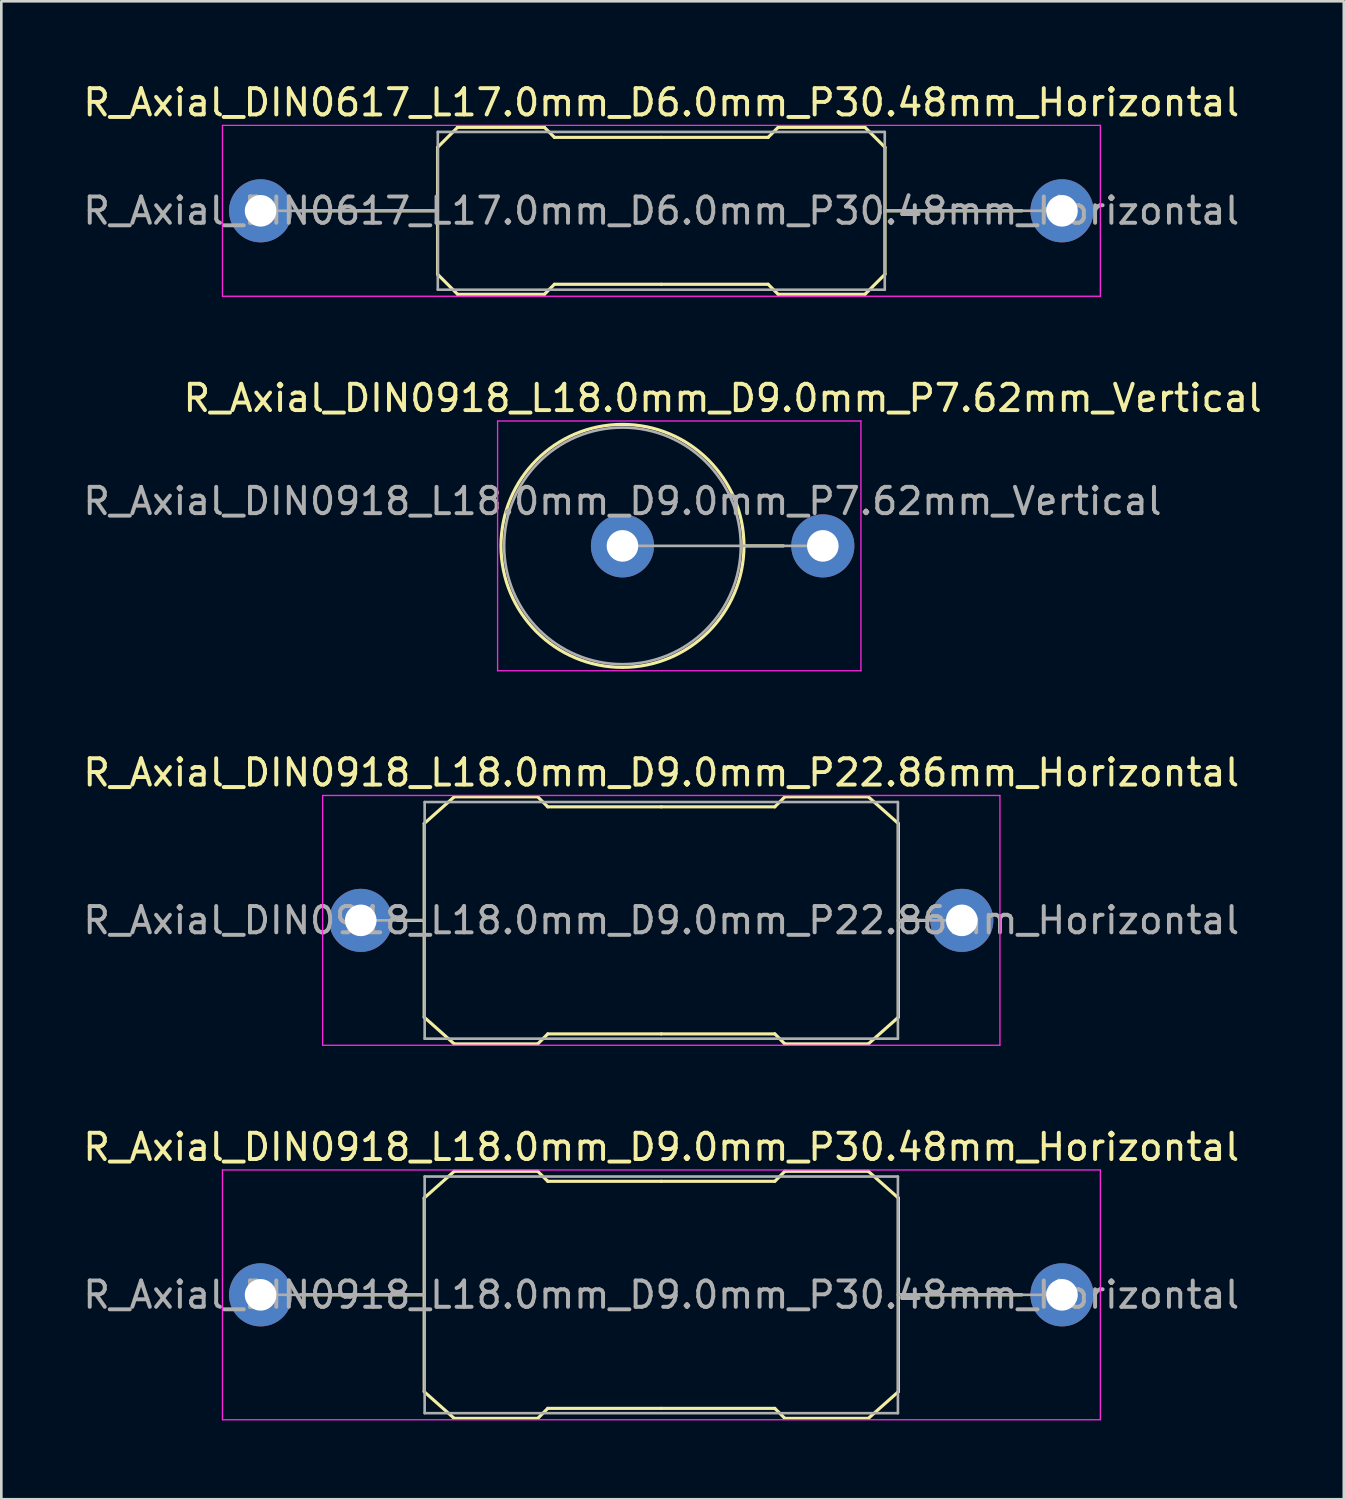
<source format=kicad_pcb>
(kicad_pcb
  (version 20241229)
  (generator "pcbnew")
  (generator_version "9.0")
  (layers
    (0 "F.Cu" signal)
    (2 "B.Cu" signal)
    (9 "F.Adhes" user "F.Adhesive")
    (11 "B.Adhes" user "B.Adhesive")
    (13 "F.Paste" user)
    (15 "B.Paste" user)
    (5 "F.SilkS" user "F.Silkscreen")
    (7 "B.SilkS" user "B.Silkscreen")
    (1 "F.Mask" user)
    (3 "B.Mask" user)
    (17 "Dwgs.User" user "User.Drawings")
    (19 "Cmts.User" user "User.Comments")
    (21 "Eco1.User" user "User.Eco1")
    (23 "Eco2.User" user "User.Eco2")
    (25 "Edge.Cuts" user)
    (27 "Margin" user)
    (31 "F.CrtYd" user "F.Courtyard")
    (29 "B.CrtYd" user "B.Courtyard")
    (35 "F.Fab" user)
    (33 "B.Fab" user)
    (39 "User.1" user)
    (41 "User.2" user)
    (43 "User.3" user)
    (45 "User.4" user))
  (footprint "R_Axial_DIN0918_L18.0mm_D9.0mm_P7.62mm_Vertical"
    (layer "F.Cu")
    (at 20.625 17.712)
    (property "Reference" "R_Axial_DIN0918_L18.0mm_D9.0mm_P7.62mm_Vertical" (at 3.81 -5.62 0) (layer "F.SilkS") (effects (font (size 1 1) (thickness 0.15))))
    (attr through_hole)
    (fp_line (start 4.62 0) (end 6.12 0) (stroke (width 0.12) (type solid)) (layer "F.SilkS"))
    (fp_circle (center 0 0) (end 4.62 0) (stroke (width 0.12) (type solid)) (fill no) (layer "F.SilkS"))
    (fp_line (start -4.75 -4.75) (end -4.75 4.75) (stroke (width 0.05) (type solid)) (layer "F.CrtYd"))
    (fp_line (start -4.75 4.75) (end 9.07 4.75) (stroke (width 0.05) (type solid)) (layer "F.CrtYd"))
    (fp_line (start 9.07 -4.75) (end -4.75 -4.75) (stroke (width 0.05) (type solid)) (layer "F.CrtYd"))
    (fp_line (start 9.07 4.75) (end 9.07 -4.75) (stroke (width 0.05) (type solid)) (layer "F.CrtYd"))
    (fp_line (start 0 0) (end 7.62 0) (stroke (width 0.1) (type solid)) (layer "F.Fab"))
    (fp_circle (center 0 0) (end 4.5 0) (stroke (width 0.1) (type solid)) (fill no) (layer "F.Fab"))
    (fp_text user "${REFERENCE}" (at 0 -1.7 0) (layer "F.Fab") (effects (font (size 1 1) (thickness 0.15))))
    (pad "1" thru_hole circle (at 0 0) (size 2.4 2.4) (drill 1.2) (layers "*.Cu" "*.Mask"))
    (pad "2" thru_hole oval (at 7.62 0) (size 2.4 2.4) (drill 1.2) (layers "*.Cu" "*.Mask")))
  (footprint "R_Axial_DIN0918_L18.0mm_D9.0mm_P22.86mm_Horizontal"
    (layer "F.Cu")
    (at 10.671 31.955)
    (property "Reference" "R_Axial_DIN0918_L18.0mm_D9.0mm_P22.86mm_Horizontal" (at 11.43 -5.62 0) (layer "F.SilkS") (effects (font (size 1 1) (thickness 0.15))))
    (attr through_hole)
    (fp_line (start 2.413 -3.683) (end 2.413 3.683) (stroke (width 0.12) (type solid)) (layer "F.SilkS"))
    (fp_line (start 2.413 -3.683) (end 3.556 -4.699) (stroke (width 0.12) (type solid)) (layer "F.SilkS"))
    (fp_line (start 2.413 0) (end 1.397 0) (stroke (width 0.12) (type solid)) (layer "F.SilkS"))
    (fp_line (start 2.413 3.683) (end 3.556 4.699) (stroke (width 0.12) (type solid)) (layer "F.SilkS"))
    (fp_line (start 3.556 -4.699) (end 6.731 -4.699) (stroke (width 0.12) (type solid)) (layer "F.SilkS"))
    (fp_line (start 3.556 4.699) (end 6.731 4.699) (stroke (width 0.12) (type solid)) (layer "F.SilkS"))
    (fp_line (start 6.731 -4.699) (end 7.112 -4.318) (stroke (width 0.12) (type solid)) (layer "F.SilkS"))
    (fp_line (start 6.731 4.699) (end 7.112 4.318) (stroke (width 0.12) (type solid)) (layer "F.SilkS"))
    (fp_line (start 7.112 -4.318) (end 11.43 -4.318) (stroke (width 0.12) (type solid)) (layer "F.SilkS"))
    (fp_line (start 7.112 4.318) (end 11.43 4.318) (stroke (width 0.12) (type solid)) (layer "F.SilkS"))
    (fp_line (start 15.748 -4.318) (end 11.43 -4.318) (stroke (width 0.12) (type solid)) (layer "F.SilkS"))
    (fp_line (start 15.748 4.318) (end 11.43 4.318) (stroke (width 0.12) (type solid)) (layer "F.SilkS"))
    (fp_line (start 16.129 -4.699) (end 15.748 -4.318) (stroke (width 0.12) (type solid)) (layer "F.SilkS"))
    (fp_line (start 16.129 4.699) (end 15.748 4.318) (stroke (width 0.12) (type solid)) (layer "F.SilkS"))
    (fp_line (start 19.304 -4.699) (end 16.129 -4.699) (stroke (width 0.12) (type solid)) (layer "F.SilkS"))
    (fp_line (start 19.304 4.699) (end 16.129 4.699) (stroke (width 0.12) (type solid)) (layer "F.SilkS"))
    (fp_line (start 20.447 -3.683) (end 19.304 -4.699) (stroke (width 0.12) (type solid)) (layer "F.SilkS"))
    (fp_line (start 20.447 -3.683) (end 20.447 3.683) (stroke (width 0.12) (type solid)) (layer "F.SilkS"))
    (fp_line (start 20.447 0) (end 21.463 0) (stroke (width 0.12) (type solid)) (layer "F.SilkS"))
    (fp_line (start 20.447 3.683) (end 19.304 4.699) (stroke (width 0.12) (type solid)) (layer "F.SilkS"))
    (fp_line (start -1.45 -4.75) (end -1.45 4.75) (stroke (width 0.05) (type solid)) (layer "F.CrtYd"))
    (fp_line (start -1.45 4.75) (end 24.31 4.75) (stroke (width 0.05) (type solid)) (layer "F.CrtYd"))
    (fp_line (start 24.31 -4.75) (end -1.45 -4.75) (stroke (width 0.05) (type solid)) (layer "F.CrtYd"))
    (fp_line (start 24.31 4.75) (end 24.31 -4.75) (stroke (width 0.05) (type solid)) (layer "F.CrtYd"))
    (fp_line (start 0 0) (end 2.43 0) (stroke (width 0.1) (type solid)) (layer "F.Fab"))
    (fp_line (start 2.43 -4.5) (end 2.43 4.5) (stroke (width 0.1) (type solid)) (layer "F.Fab"))
    (fp_line (start 2.43 4.5) (end 20.43 4.5) (stroke (width 0.1) (type solid)) (layer "F.Fab"))
    (fp_line (start 20.43 -4.5) (end 2.43 -4.5) (stroke (width 0.1) (type solid)) (layer "F.Fab"))
    (fp_line (start 20.43 4.5) (end 20.43 -4.5) (stroke (width 0.1) (type solid)) (layer "F.Fab"))
    (fp_line (start 22.86 0) (end 20.43 0) (stroke (width 0.1) (type solid)) (layer "F.Fab"))
    (fp_text user "${REFERENCE}" (at 11.43 0 0) (layer "F.Fab") (effects (font (size 1 1) (thickness 0.15))))
    (pad "1" thru_hole circle (at 0 0) (size 2.4 2.4) (drill 1.2) (layers "*.Cu" "*.Mask"))
    (pad "2" thru_hole oval (at 22.86 0) (size 2.4 2.4) (drill 1.2) (layers "*.Cu" "*.Mask")))
  (footprint "R_Axial_DIN0918_L18.0mm_D9.0mm_P30.48mm_Horizontal"
    (layer "F.Cu")
    (at 6.861 46.198)
    (property "Reference" "R_Axial_DIN0918_L18.0mm_D9.0mm_P30.48mm_Horizontal" (at 15.24 -5.62 0) (layer "F.SilkS") (effects (font (size 1 1) (thickness 0.15))))
    (attr through_hole)
    (fp_line (start 6.223 -3.683) (end 6.223 3.683) (stroke (width 0.12) (type solid)) (layer "F.SilkS"))
    (fp_line (start 6.223 -3.683) (end 7.366 -4.699) (stroke (width 0.12) (type solid)) (layer "F.SilkS"))
    (fp_line (start 6.223 0) (end 1.524 0) (stroke (width 0.12) (type solid)) (layer "F.SilkS"))
    (fp_line (start 6.223 3.683) (end 7.366 4.699) (stroke (width 0.12) (type solid)) (layer "F.SilkS"))
    (fp_line (start 7.366 -4.699) (end 10.541 -4.699) (stroke (width 0.12) (type solid)) (layer "F.SilkS"))
    (fp_line (start 7.366 4.699) (end 10.541 4.699) (stroke (width 0.12) (type solid)) (layer "F.SilkS"))
    (fp_line (start 10.541 -4.699) (end 10.922 -4.318) (stroke (width 0.12) (type solid)) (layer "F.SilkS"))
    (fp_line (start 10.541 4.699) (end 10.922 4.318) (stroke (width 0.12) (type solid)) (layer "F.SilkS"))
    (fp_line (start 10.922 -4.318) (end 15.24 -4.318) (stroke (width 0.12) (type solid)) (layer "F.SilkS"))
    (fp_line (start 10.922 4.318) (end 15.24 4.318) (stroke (width 0.12) (type solid)) (layer "F.SilkS"))
    (fp_line (start 19.558 -4.318) (end 15.24 -4.318) (stroke (width 0.12) (type solid)) (layer "F.SilkS"))
    (fp_line (start 19.558 4.318) (end 15.24 4.318) (stroke (width 0.12) (type solid)) (layer "F.SilkS"))
    (fp_line (start 19.939 -4.699) (end 19.558 -4.318) (stroke (width 0.12) (type solid)) (layer "F.SilkS"))
    (fp_line (start 19.939 4.699) (end 19.558 4.318) (stroke (width 0.12) (type solid)) (layer "F.SilkS"))
    (fp_line (start 23.114 -4.699) (end 19.939 -4.699) (stroke (width 0.12) (type solid)) (layer "F.SilkS"))
    (fp_line (start 23.114 4.699) (end 19.939 4.699) (stroke (width 0.12) (type solid)) (layer "F.SilkS"))
    (fp_line (start 24.257 -3.683) (end 23.114 -4.699) (stroke (width 0.12) (type solid)) (layer "F.SilkS"))
    (fp_line (start 24.257 -3.683) (end 24.257 3.683) (stroke (width 0.12) (type solid)) (layer "F.SilkS"))
    (fp_line (start 24.257 0) (end 28.956 0) (stroke (width 0.12) (type solid)) (layer "F.SilkS"))
    (fp_line (start 24.257 3.683) (end 23.114 4.699) (stroke (width 0.12) (type solid)) (layer "F.SilkS"))
    (fp_line (start -1.45 -4.75) (end -1.45 4.75) (stroke (width 0.05) (type solid)) (layer "F.CrtYd"))
    (fp_line (start -1.45 4.75) (end 31.94 4.75) (stroke (width 0.05) (type solid)) (layer "F.CrtYd"))
    (fp_line (start 31.94 -4.75) (end -1.45 -4.75) (stroke (width 0.05) (type solid)) (layer "F.CrtYd"))
    (fp_line (start 31.94 4.75) (end 31.94 -4.75) (stroke (width 0.05) (type solid)) (layer "F.CrtYd"))
    (fp_line (start 0 0) (end 6.24 0) (stroke (width 0.1) (type solid)) (layer "F.Fab"))
    (fp_line (start 6.24 -4.5) (end 6.24 4.5) (stroke (width 0.1) (type solid)) (layer "F.Fab"))
    (fp_line (start 6.24 4.5) (end 24.24 4.5) (stroke (width 0.1) (type solid)) (layer "F.Fab"))
    (fp_line (start 24.24 -4.5) (end 6.24 -4.5) (stroke (width 0.1) (type solid)) (layer "F.Fab"))
    (fp_line (start 24.24 4.5) (end 24.24 -4.5) (stroke (width 0.1) (type solid)) (layer "F.Fab"))
    (fp_line (start 30.48 0) (end 24.24 0) (stroke (width 0.1) (type solid)) (layer "F.Fab"))
    (fp_text user "${REFERENCE}" (at 15.24 0 0) (layer "F.Fab") (effects (font (size 1 1) (thickness 0.15))))
    (pad "1" thru_hole circle (at 0 0) (size 2.4 2.4) (drill 1.2) (layers "*.Cu" "*.Mask"))
    (pad "2" thru_hole oval (at 30.48 0) (size 2.4 2.4) (drill 1.2) (layers "*.Cu" "*.Mask")))
  (footprint "R_Axial_DIN0617_L17.0mm_D6.0mm_P30.48mm_Horizontal"
    (layer "F.Cu")
    (at 6.861 4.968)
    (property "Reference" "R_Axial_DIN0617_L17.0mm_D6.0mm_P30.48mm_Horizontal" (at 15.24 -4.12 0) (layer "F.SilkS") (effects (font (size 1 1) (thickness 0.15))))
    (attr through_hole)
    (fp_line (start 6.731 -2.413) (end 6.731 2.413) (stroke (width 0.12) (type solid)) (layer "F.SilkS"))
    (fp_line (start 6.731 -2.413) (end 7.493 -3.175) (stroke (width 0.12) (type solid)) (layer "F.SilkS"))
    (fp_line (start 6.731 0) (end 1.524 0) (stroke (width 0.12) (type solid)) (layer "F.SilkS"))
    (fp_line (start 6.731 2.413) (end 7.493 3.175) (stroke (width 0.12) (type solid)) (layer "F.SilkS"))
    (fp_line (start 7.493 -3.175) (end 10.795 -3.175) (stroke (width 0.12) (type solid)) (layer "F.SilkS"))
    (fp_line (start 7.493 3.175) (end 10.795 3.175) (stroke (width 0.12) (type solid)) (layer "F.SilkS"))
    (fp_line (start 10.795 -3.175) (end 11.176 -2.794) (stroke (width 0.12) (type solid)) (layer "F.SilkS"))
    (fp_line (start 10.795 3.175) (end 11.176 2.794) (stroke (width 0.12) (type solid)) (layer "F.SilkS"))
    (fp_line (start 11.176 -2.794) (end 15.24 -2.794) (stroke (width 0.12) (type solid)) (layer "F.SilkS"))
    (fp_line (start 11.176 2.794) (end 15.24 2.794) (stroke (width 0.12) (type solid)) (layer "F.SilkS"))
    (fp_line (start 19.304 -2.794) (end 15.24 -2.794) (stroke (width 0.12) (type solid)) (layer "F.SilkS"))
    (fp_line (start 19.304 2.794) (end 15.24 2.794) (stroke (width 0.12) (type solid)) (layer "F.SilkS"))
    (fp_line (start 19.685 -3.175) (end 19.304 -2.794) (stroke (width 0.12) (type solid)) (layer "F.SilkS"))
    (fp_line (start 19.685 3.175) (end 19.304 2.794) (stroke (width 0.12) (type solid)) (layer "F.SilkS"))
    (fp_line (start 22.987 -3.175) (end 19.685 -3.175) (stroke (width 0.12) (type solid)) (layer "F.SilkS"))
    (fp_line (start 22.987 3.175) (end 19.685 3.175) (stroke (width 0.12) (type solid)) (layer "F.SilkS"))
    (fp_line (start 23.749 -2.413) (end 22.987 -3.175) (stroke (width 0.12) (type solid)) (layer "F.SilkS"))
    (fp_line (start 23.749 0) (end 28.956 0) (stroke (width 0.12) (type solid)) (layer "F.SilkS"))
    (fp_line (start 23.749 2.413) (end 22.987 3.175) (stroke (width 0.12) (type solid)) (layer "F.SilkS"))
    (fp_line (start 23.749 2.413) (end 23.749 -2.413) (stroke (width 0.12) (type solid)) (layer "F.SilkS"))
    (fp_line (start -1.45 -3.25) (end -1.45 3.25) (stroke (width 0.05) (type solid)) (layer "F.CrtYd"))
    (fp_line (start -1.45 3.25) (end 31.94 3.25) (stroke (width 0.05) (type solid)) (layer "F.CrtYd"))
    (fp_line (start 31.94 -3.25) (end -1.45 -3.25) (stroke (width 0.05) (type solid)) (layer "F.CrtYd"))
    (fp_line (start 31.94 3.25) (end 31.94 -3.25) (stroke (width 0.05) (type solid)) (layer "F.CrtYd"))
    (fp_line (start 0 0) (end 6.74 0) (stroke (width 0.1) (type solid)) (layer "F.Fab"))
    (fp_line (start 6.74 -3) (end 6.74 3) (stroke (width 0.1) (type solid)) (layer "F.Fab"))
    (fp_line (start 6.74 3) (end 23.74 3) (stroke (width 0.1) (type solid)) (layer "F.Fab"))
    (fp_line (start 23.74 -3) (end 6.74 -3) (stroke (width 0.1) (type solid)) (layer "F.Fab"))
    (fp_line (start 23.74 3) (end 23.74 -3) (stroke (width 0.1) (type solid)) (layer "F.Fab"))
    (fp_line (start 30.48 0) (end 23.74 0) (stroke (width 0.1) (type solid)) (layer "F.Fab"))
    (fp_text user "${REFERENCE}" (at 15.24 0 0) (layer "F.Fab") (effects (font (size 1 1) (thickness 0.15))))
    (pad "1" thru_hole circle (at 0 0) (size 2.4 2.4) (drill 1.2) (layers "*.Cu" "*.Mask"))
    (pad "2" thru_hole oval (at 30.48 0) (size 2.4 2.4) (drill 1.2) (layers "*.Cu" "*.Mask")))
  (gr_rect
    (start -3 -3)
    (end 48.06 53.973)
    (stroke (width 0.1) (type default))
    (fill no)
    (layer "Edge.Cuts")))
</source>
